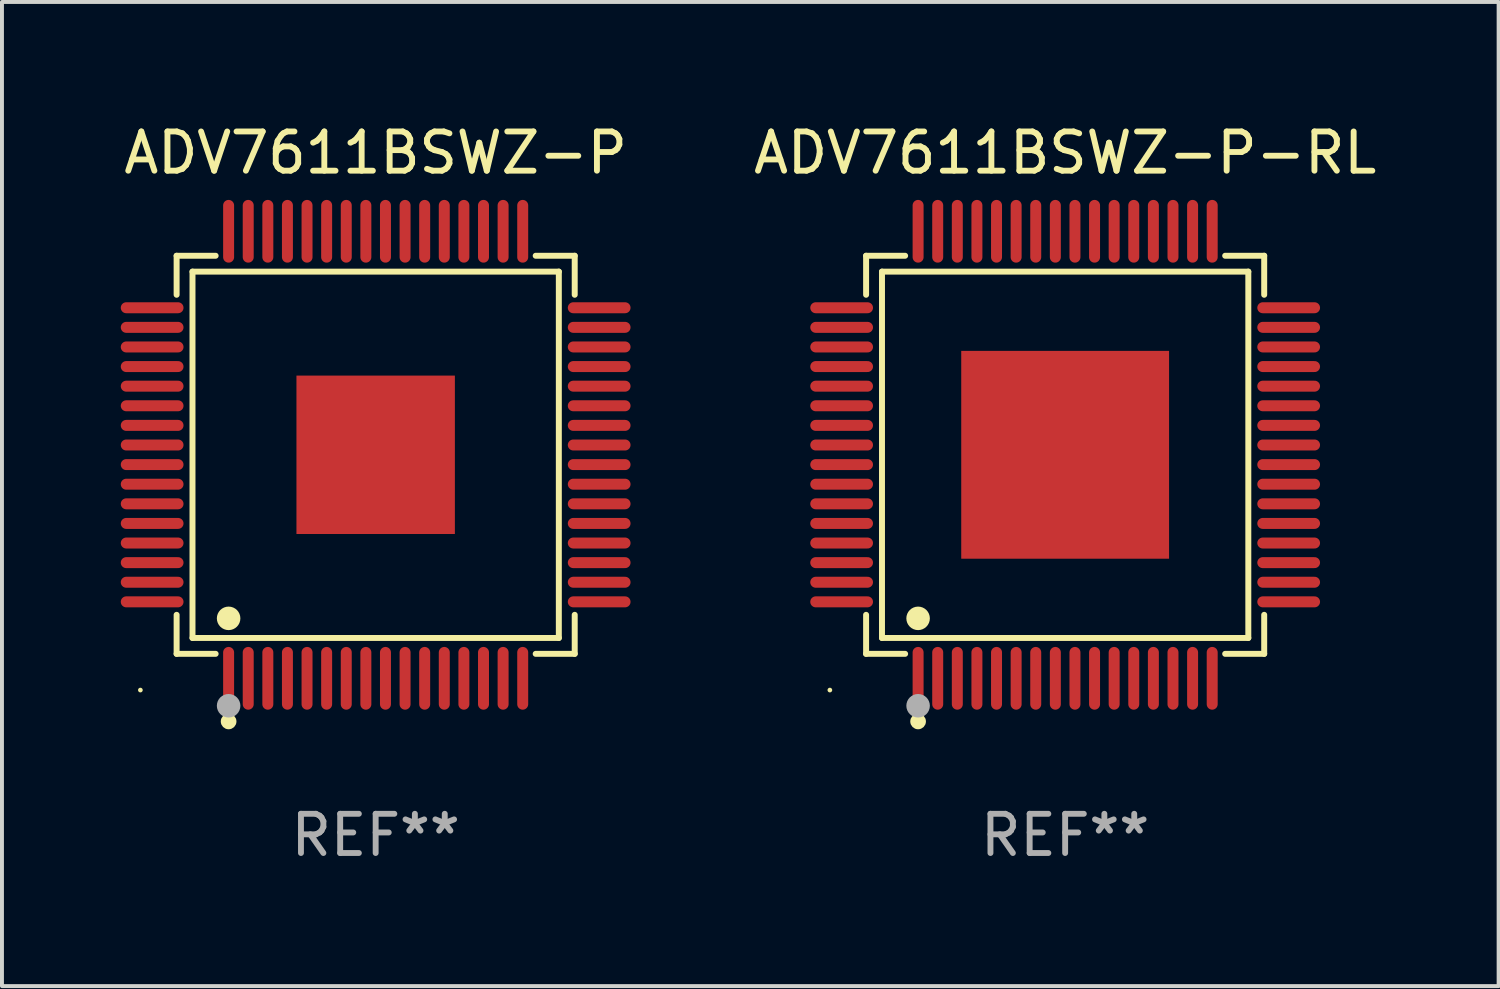
<source format=kicad_pcb>
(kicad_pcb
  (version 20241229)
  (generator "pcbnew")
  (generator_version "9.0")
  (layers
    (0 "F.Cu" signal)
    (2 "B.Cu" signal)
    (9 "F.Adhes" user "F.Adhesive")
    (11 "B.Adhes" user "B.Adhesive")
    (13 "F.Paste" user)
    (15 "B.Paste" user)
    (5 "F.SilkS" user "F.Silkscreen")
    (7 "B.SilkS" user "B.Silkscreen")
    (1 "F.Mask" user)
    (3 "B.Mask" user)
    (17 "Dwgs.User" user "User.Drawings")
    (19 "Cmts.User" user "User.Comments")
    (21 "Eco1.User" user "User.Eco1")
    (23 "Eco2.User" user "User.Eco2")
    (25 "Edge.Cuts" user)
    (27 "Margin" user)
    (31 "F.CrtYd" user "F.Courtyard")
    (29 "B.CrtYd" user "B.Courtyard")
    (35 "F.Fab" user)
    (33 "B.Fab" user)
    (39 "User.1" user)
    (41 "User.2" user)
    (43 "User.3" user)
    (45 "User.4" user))
  (footprint "ADV7611BSWZ-P"
    (layer "F.Cu")
    (at 6.53 8.548)
    (property "Reference" "ADV7611BSWZ-P" (at 0 -7.7 0) (layer "F.SilkS") (effects (font (size 1 1) (thickness 0.15))))
    (attr through_hole)
    (fp_line (start -5.076 -5.076) (end -4.081 -5.076) (stroke (width 0.152) (type solid)) (layer "F.SilkS"))
    (fp_line (start -5.076 -4.081) (end -5.076 -5.076) (stroke (width 0.152) (type solid)) (layer "F.SilkS"))
    (fp_line (start -5.076 4.081) (end -5.076 5.076) (stroke (width 0.152) (type solid)) (layer "F.SilkS"))
    (fp_line (start -5.076 5.076) (end -4.081 5.076) (stroke (width 0.152) (type solid)) (layer "F.SilkS"))
    (fp_line (start -4.671 -4.671) (end 4.671 -4.671) (stroke (width 0.152) (type solid)) (layer "F.SilkS"))
    (fp_line (start -4.671 4.671) (end -4.671 -4.671) (stroke (width 0.152) (type solid)) (layer "F.SilkS"))
    (fp_line (start 4.671 -4.671) (end 4.671 4.671) (stroke (width 0.152) (type solid)) (layer "F.SilkS"))
    (fp_line (start 4.671 4.671) (end -4.671 4.671) (stroke (width 0.152) (type solid)) (layer "F.SilkS"))
    (fp_line (start 5.076 -5.076) (end 4.081 -5.076) (stroke (width 0.152) (type solid)) (layer "F.SilkS"))
    (fp_line (start 5.076 -4.081) (end 5.076 -5.076) (stroke (width 0.152) (type solid)) (layer "F.SilkS"))
    (fp_line (start 5.076 4.081) (end 5.076 5.076) (stroke (width 0.152) (type solid)) (layer "F.SilkS"))
    (fp_line (start 5.076 5.076) (end 4.081 5.076) (stroke (width 0.152) (type solid)) (layer "F.SilkS"))
    (fp_circle (center -6 6) (end -5.97 6) (stroke (width 0.06) (type solid)) (fill no) (layer "F.SilkS"))
    (fp_circle (center -3.75 4.171) (end -3.6 4.171) (stroke (width 0.3) (type solid)) (fill no) (layer "F.SilkS"))
    (fp_circle (center -3.75 6.8) (end -3.65 6.8) (stroke (width 0.2) (type solid)) (fill no) (layer "F.SilkS"))
    (fp_circle (center -3.75 6.4) (end -3.6 6.4) (stroke (width 0.3) (type solid)) (fill no) (layer "F.Fab"))
    (fp_text user "REF**" (at 0 9.7 0) (layer "F.Fab") (effects (font (size 1 1) (thickness 0.15))))
    (pad "1" smd oval (at -3.75 5.7) (size 0.28 1.6) (layers "F.Cu" "F.Mask" "F.Paste"))
    (pad "2" smd oval (at -3.25 5.7) (size 0.28 1.6) (layers "F.Cu" "F.Mask" "F.Paste"))
    (pad "3" smd oval (at -2.75 5.7) (size 0.28 1.6) (layers "F.Cu" "F.Mask" "F.Paste"))
    (pad "4" smd oval (at -2.25 5.7) (size 0.28 1.6) (layers "F.Cu" "F.Mask" "F.Paste"))
    (pad "5" smd oval (at -1.75 5.7) (size 0.28 1.6) (layers "F.Cu" "F.Mask" "F.Paste"))
    (pad "6" smd oval (at -1.25 5.7) (size 0.28 1.6) (layers "F.Cu" "F.Mask" "F.Paste"))
    (pad "7" smd oval (at -0.75 5.7) (size 0.28 1.6) (layers "F.Cu" "F.Mask" "F.Paste"))
    (pad "8" smd oval (at -0.25 5.7) (size 0.28 1.6) (layers "F.Cu" "F.Mask" "F.Paste"))
    (pad "9" smd oval (at 0.25 5.7) (size 0.28 1.6) (layers "F.Cu" "F.Mask" "F.Paste"))
    (pad "10" smd oval (at 0.75 5.7) (size 0.28 1.6) (layers "F.Cu" "F.Mask" "F.Paste"))
    (pad "11" smd oval (at 1.25 5.7) (size 0.28 1.6) (layers "F.Cu" "F.Mask" "F.Paste"))
    (pad "12" smd oval (at 1.75 5.7) (size 0.28 1.6) (layers "F.Cu" "F.Mask" "F.Paste"))
    (pad "13" smd oval (at 2.25 5.7) (size 0.28 1.6) (layers "F.Cu" "F.Mask" "F.Paste"))
    (pad "14" smd oval (at 2.75 5.7) (size 0.28 1.6) (layers "F.Cu" "F.Mask" "F.Paste"))
    (pad "15" smd oval (at 3.25 5.7) (size 0.28 1.6) (layers "F.Cu" "F.Mask" "F.Paste"))
    (pad "16" smd oval (at 3.75 5.7) (size 0.28 1.6) (layers "F.Cu" "F.Mask" "F.Paste"))
    (pad "17" smd oval (at 5.7 3.75) (size 1.6 0.28) (layers "F.Cu" "F.Mask" "F.Paste"))
    (pad "18" smd oval (at 5.7 3.25) (size 1.6 0.28) (layers "F.Cu" "F.Mask" "F.Paste"))
    (pad "19" smd oval (at 5.7 2.75) (size 1.6 0.28) (layers "F.Cu" "F.Mask" "F.Paste"))
    (pad "20" smd oval (at 5.7 2.25) (size 1.6 0.28) (layers "F.Cu" "F.Mask" "F.Paste"))
    (pad "21" smd oval (at 5.7 1.75) (size 1.6 0.28) (layers "F.Cu" "F.Mask" "F.Paste"))
    (pad "22" smd oval (at 5.7 1.25) (size 1.6 0.28) (layers "F.Cu" "F.Mask" "F.Paste"))
    (pad "23" smd oval (at 5.7 0.75) (size 1.6 0.28) (layers "F.Cu" "F.Mask" "F.Paste"))
    (pad "24" smd oval (at 5.7 0.25) (size 1.6 0.28) (layers "F.Cu" "F.Mask" "F.Paste"))
    (pad "25" smd oval (at 5.7 -0.25) (size 1.6 0.28) (layers "F.Cu" "F.Mask" "F.Paste"))
    (pad "26" smd oval (at 5.7 -0.75) (size 1.6 0.28) (layers "F.Cu" "F.Mask" "F.Paste"))
    (pad "27" smd oval (at 5.7 -1.25) (size 1.6 0.28) (layers "F.Cu" "F.Mask" "F.Paste"))
    (pad "28" smd oval (at 5.7 -1.75) (size 1.6 0.28) (layers "F.Cu" "F.Mask" "F.Paste"))
    (pad "29" smd oval (at 5.7 -2.25) (size 1.6 0.28) (layers "F.Cu" "F.Mask" "F.Paste"))
    (pad "30" smd oval (at 5.7 -2.75) (size 1.6 0.28) (layers "F.Cu" "F.Mask" "F.Paste"))
    (pad "31" smd oval (at 5.7 -3.25) (size 1.6 0.28) (layers "F.Cu" "F.Mask" "F.Paste"))
    (pad "32" smd oval (at 5.7 -3.75) (size 1.6 0.28) (layers "F.Cu" "F.Mask" "F.Paste"))
    (pad "33" smd oval (at 3.75 -5.7) (size 0.28 1.6) (layers "F.Cu" "F.Mask" "F.Paste"))
    (pad "34" smd oval (at 3.25 -5.7) (size 0.28 1.6) (layers "F.Cu" "F.Mask" "F.Paste"))
    (pad "35" smd oval (at 2.75 -5.7) (size 0.28 1.6) (layers "F.Cu" "F.Mask" "F.Paste"))
    (pad "36" smd oval (at 2.25 -5.7) (size 0.28 1.6) (layers "F.Cu" "F.Mask" "F.Paste"))
    (pad "37" smd oval (at 1.75 -5.7) (size 0.28 1.6) (layers "F.Cu" "F.Mask" "F.Paste"))
    (pad "38" smd oval (at 1.25 -5.7) (size 0.28 1.6) (layers "F.Cu" "F.Mask" "F.Paste"))
    (pad "39" smd oval (at 0.75 -5.7) (size 0.28 1.6) (layers "F.Cu" "F.Mask" "F.Paste"))
    (pad "40" smd oval (at 0.25 -5.7) (size 0.28 1.6) (layers "F.Cu" "F.Mask" "F.Paste"))
    (pad "41" smd oval (at -0.25 -5.7) (size 0.28 1.6) (layers "F.Cu" "F.Mask" "F.Paste"))
    (pad "42" smd oval (at -0.75 -5.7) (size 0.28 1.6) (layers "F.Cu" "F.Mask" "F.Paste"))
    (pad "43" smd oval (at -1.25 -5.7) (size 0.28 1.6) (layers "F.Cu" "F.Mask" "F.Paste"))
    (pad "44" smd oval (at -1.75 -5.7) (size 0.28 1.6) (layers "F.Cu" "F.Mask" "F.Paste"))
    (pad "45" smd oval (at -2.25 -5.7) (size 0.28 1.6) (layers "F.Cu" "F.Mask" "F.Paste"))
    (pad "46" smd oval (at -2.75 -5.7) (size 0.28 1.6) (layers "F.Cu" "F.Mask" "F.Paste"))
    (pad "47" smd oval (at -3.25 -5.7) (size 0.28 1.6) (layers "F.Cu" "F.Mask" "F.Paste"))
    (pad "48" smd oval (at -3.75 -5.7) (size 0.28 1.6) (layers "F.Cu" "F.Mask" "F.Paste"))
    (pad "49" smd oval (at -5.7 -3.75) (size 1.6 0.28) (layers "F.Cu" "F.Mask" "F.Paste"))
    (pad "50" smd oval (at -5.7 -3.25) (size 1.6 0.28) (layers "F.Cu" "F.Mask" "F.Paste"))
    (pad "51" smd oval (at -5.7 -2.75) (size 1.6 0.28) (layers "F.Cu" "F.Mask" "F.Paste"))
    (pad "52" smd oval (at -5.7 -2.25) (size 1.6 0.28) (layers "F.Cu" "F.Mask" "F.Paste"))
    (pad "53" smd oval (at -5.7 -1.75) (size 1.6 0.28) (layers "F.Cu" "F.Mask" "F.Paste"))
    (pad "54" smd oval (at -5.7 -1.25) (size 1.6 0.28) (layers "F.Cu" "F.Mask" "F.Paste"))
    (pad "55" smd oval (at -5.7 -0.75) (size 1.6 0.28) (layers "F.Cu" "F.Mask" "F.Paste"))
    (pad "56" smd oval (at -5.7 -0.25) (size 1.6 0.28) (layers "F.Cu" "F.Mask" "F.Paste"))
    (pad "57" smd oval (at -5.7 0.25) (size 1.6 0.28) (layers "F.Cu" "F.Mask" "F.Paste"))
    (pad "58" smd oval (at -5.7 0.75) (size 1.6 0.28) (layers "F.Cu" "F.Mask" "F.Paste"))
    (pad "59" smd oval (at -5.7 1.25) (size 1.6 0.28) (layers "F.Cu" "F.Mask" "F.Paste"))
    (pad "60" smd oval (at -5.7 1.75) (size 1.6 0.28) (layers "F.Cu" "F.Mask" "F.Paste"))
    (pad "61" smd oval (at -5.7 2.25) (size 1.6 0.28) (layers "F.Cu" "F.Mask" "F.Paste"))
    (pad "62" smd oval (at -5.7 2.75) (size 1.6 0.28) (layers "F.Cu" "F.Mask" "F.Paste"))
    (pad "63" smd oval (at -5.7 3.25) (size 1.6 0.28) (layers "F.Cu" "F.Mask" "F.Paste"))
    (pad "64" smd oval (at -5.7 3.75) (size 1.6 0.28) (layers "F.Cu" "F.Mask" "F.Paste"))
    (pad "65" smd rect (at 0 0) (size 4.04 4.04) (layers "F.Cu" "F.Mask" "F.Paste")))
  (footprint "ADV7611BSWZ-P-RL"
    (layer "F.Cu")
    (at 24.113 8.548)
    (property "Reference" "ADV7611BSWZ-P-RL" (at 0 -7.7 0) (layer "F.SilkS") (effects (font (size 1 1) (thickness 0.15))))
    (attr through_hole)
    (fp_line (start -5.076 -5.076) (end -4.081 -5.076) (stroke (width 0.152) (type solid)) (layer "F.SilkS"))
    (fp_line (start -5.076 -4.081) (end -5.076 -5.076) (stroke (width 0.152) (type solid)) (layer "F.SilkS"))
    (fp_line (start -5.076 4.081) (end -5.076 5.076) (stroke (width 0.152) (type solid)) (layer "F.SilkS"))
    (fp_line (start -5.076 5.076) (end -4.081 5.076) (stroke (width 0.152) (type solid)) (layer "F.SilkS"))
    (fp_line (start -4.671 -4.671) (end 4.671 -4.671) (stroke (width 0.152) (type solid)) (layer "F.SilkS"))
    (fp_line (start -4.671 4.671) (end -4.671 -4.671) (stroke (width 0.152) (type solid)) (layer "F.SilkS"))
    (fp_line (start 4.671 -4.671) (end 4.671 4.671) (stroke (width 0.152) (type solid)) (layer "F.SilkS"))
    (fp_line (start 4.671 4.671) (end -4.671 4.671) (stroke (width 0.152) (type solid)) (layer "F.SilkS"))
    (fp_line (start 5.076 -5.076) (end 4.081 -5.076) (stroke (width 0.152) (type solid)) (layer "F.SilkS"))
    (fp_line (start 5.076 -4.081) (end 5.076 -5.076) (stroke (width 0.152) (type solid)) (layer "F.SilkS"))
    (fp_line (start 5.076 4.081) (end 5.076 5.076) (stroke (width 0.152) (type solid)) (layer "F.SilkS"))
    (fp_line (start 5.076 5.076) (end 4.081 5.076) (stroke (width 0.152) (type solid)) (layer "F.SilkS"))
    (fp_circle (center -6 6) (end -5.97 6) (stroke (width 0.06) (type solid)) (fill no) (layer "F.SilkS"))
    (fp_circle (center -3.75 4.171) (end -3.6 4.171) (stroke (width 0.3) (type solid)) (fill no) (layer "F.SilkS"))
    (fp_circle (center -3.75 6.8) (end -3.65 6.8) (stroke (width 0.2) (type solid)) (fill no) (layer "F.SilkS"))
    (fp_circle (center -3.75 6.4) (end -3.6 6.4) (stroke (width 0.3) (type solid)) (fill no) (layer "F.Fab"))
    (fp_text user "REF**" (at 0 9.7 0) (layer "F.Fab") (effects (font (size 1 1) (thickness 0.15))))
    (pad "1" smd oval (at -3.75 5.7) (size 0.28 1.6) (layers "F.Cu" "F.Mask" "F.Paste"))
    (pad "2" smd oval (at -3.25 5.7) (size 0.28 1.6) (layers "F.Cu" "F.Mask" "F.Paste"))
    (pad "3" smd oval (at -2.75 5.7) (size 0.28 1.6) (layers "F.Cu" "F.Mask" "F.Paste"))
    (pad "4" smd oval (at -2.25 5.7) (size 0.28 1.6) (layers "F.Cu" "F.Mask" "F.Paste"))
    (pad "5" smd oval (at -1.75 5.7) (size 0.28 1.6) (layers "F.Cu" "F.Mask" "F.Paste"))
    (pad "6" smd oval (at -1.25 5.7) (size 0.28 1.6) (layers "F.Cu" "F.Mask" "F.Paste"))
    (pad "7" smd oval (at -0.75 5.7) (size 0.28 1.6) (layers "F.Cu" "F.Mask" "F.Paste"))
    (pad "8" smd oval (at -0.25 5.7) (size 0.28 1.6) (layers "F.Cu" "F.Mask" "F.Paste"))
    (pad "9" smd oval (at 0.25 5.7) (size 0.28 1.6) (layers "F.Cu" "F.Mask" "F.Paste"))
    (pad "10" smd oval (at 0.75 5.7) (size 0.28 1.6) (layers "F.Cu" "F.Mask" "F.Paste"))
    (pad "11" smd oval (at 1.25 5.7) (size 0.28 1.6) (layers "F.Cu" "F.Mask" "F.Paste"))
    (pad "12" smd oval (at 1.75 5.7) (size 0.28 1.6) (layers "F.Cu" "F.Mask" "F.Paste"))
    (pad "13" smd oval (at 2.25 5.7) (size 0.28 1.6) (layers "F.Cu" "F.Mask" "F.Paste"))
    (pad "14" smd oval (at 2.75 5.7) (size 0.28 1.6) (layers "F.Cu" "F.Mask" "F.Paste"))
    (pad "15" smd oval (at 3.25 5.7) (size 0.28 1.6) (layers "F.Cu" "F.Mask" "F.Paste"))
    (pad "16" smd oval (at 3.75 5.7) (size 0.28 1.6) (layers "F.Cu" "F.Mask" "F.Paste"))
    (pad "17" smd oval (at 5.7 3.75) (size 1.6 0.28) (layers "F.Cu" "F.Mask" "F.Paste"))
    (pad "18" smd oval (at 5.7 3.25) (size 1.6 0.28) (layers "F.Cu" "F.Mask" "F.Paste"))
    (pad "19" smd oval (at 5.7 2.75) (size 1.6 0.28) (layers "F.Cu" "F.Mask" "F.Paste"))
    (pad "20" smd oval (at 5.7 2.25) (size 1.6 0.28) (layers "F.Cu" "F.Mask" "F.Paste"))
    (pad "21" smd oval (at 5.7 1.75) (size 1.6 0.28) (layers "F.Cu" "F.Mask" "F.Paste"))
    (pad "22" smd oval (at 5.7 1.25) (size 1.6 0.28) (layers "F.Cu" "F.Mask" "F.Paste"))
    (pad "23" smd oval (at 5.7 0.75) (size 1.6 0.28) (layers "F.Cu" "F.Mask" "F.Paste"))
    (pad "24" smd oval (at 5.7 0.25) (size 1.6 0.28) (layers "F.Cu" "F.Mask" "F.Paste"))
    (pad "25" smd oval (at 5.7 -0.25) (size 1.6 0.28) (layers "F.Cu" "F.Mask" "F.Paste"))
    (pad "26" smd oval (at 5.7 -0.75) (size 1.6 0.28) (layers "F.Cu" "F.Mask" "F.Paste"))
    (pad "27" smd oval (at 5.7 -1.25) (size 1.6 0.28) (layers "F.Cu" "F.Mask" "F.Paste"))
    (pad "28" smd oval (at 5.7 -1.75) (size 1.6 0.28) (layers "F.Cu" "F.Mask" "F.Paste"))
    (pad "29" smd oval (at 5.7 -2.25) (size 1.6 0.28) (layers "F.Cu" "F.Mask" "F.Paste"))
    (pad "30" smd oval (at 5.7 -2.75) (size 1.6 0.28) (layers "F.Cu" "F.Mask" "F.Paste"))
    (pad "31" smd oval (at 5.7 -3.25) (size 1.6 0.28) (layers "F.Cu" "F.Mask" "F.Paste"))
    (pad "32" smd oval (at 5.7 -3.75) (size 1.6 0.28) (layers "F.Cu" "F.Mask" "F.Paste"))
    (pad "33" smd oval (at 3.75 -5.7) (size 0.28 1.6) (layers "F.Cu" "F.Mask" "F.Paste"))
    (pad "34" smd oval (at 3.25 -5.7) (size 0.28 1.6) (layers "F.Cu" "F.Mask" "F.Paste"))
    (pad "35" smd oval (at 2.75 -5.7) (size 0.28 1.6) (layers "F.Cu" "F.Mask" "F.Paste"))
    (pad "36" smd oval (at 2.25 -5.7) (size 0.28 1.6) (layers "F.Cu" "F.Mask" "F.Paste"))
    (pad "37" smd oval (at 1.75 -5.7) (size 0.28 1.6) (layers "F.Cu" "F.Mask" "F.Paste"))
    (pad "38" smd oval (at 1.25 -5.7) (size 0.28 1.6) (layers "F.Cu" "F.Mask" "F.Paste"))
    (pad "39" smd oval (at 0.75 -5.7) (size 0.28 1.6) (layers "F.Cu" "F.Mask" "F.Paste"))
    (pad "40" smd oval (at 0.25 -5.7) (size 0.28 1.6) (layers "F.Cu" "F.Mask" "F.Paste"))
    (pad "41" smd oval (at -0.25 -5.7) (size 0.28 1.6) (layers "F.Cu" "F.Mask" "F.Paste"))
    (pad "42" smd oval (at -0.75 -5.7) (size 0.28 1.6) (layers "F.Cu" "F.Mask" "F.Paste"))
    (pad "43" smd oval (at -1.25 -5.7) (size 0.28 1.6) (layers "F.Cu" "F.Mask" "F.Paste"))
    (pad "44" smd oval (at -1.75 -5.7) (size 0.28 1.6) (layers "F.Cu" "F.Mask" "F.Paste"))
    (pad "45" smd oval (at -2.25 -5.7) (size 0.28 1.6) (layers "F.Cu" "F.Mask" "F.Paste"))
    (pad "46" smd oval (at -2.75 -5.7) (size 0.28 1.6) (layers "F.Cu" "F.Mask" "F.Paste"))
    (pad "47" smd oval (at -3.25 -5.7) (size 0.28 1.6) (layers "F.Cu" "F.Mask" "F.Paste"))
    (pad "48" smd oval (at -3.75 -5.7) (size 0.28 1.6) (layers "F.Cu" "F.Mask" "F.Paste"))
    (pad "49" smd oval (at -5.7 -3.75) (size 1.6 0.28) (layers "F.Cu" "F.Mask" "F.Paste"))
    (pad "50" smd oval (at -5.7 -3.25) (size 1.6 0.28) (layers "F.Cu" "F.Mask" "F.Paste"))
    (pad "51" smd oval (at -5.7 -2.75) (size 1.6 0.28) (layers "F.Cu" "F.Mask" "F.Paste"))
    (pad "52" smd oval (at -5.7 -2.25) (size 1.6 0.28) (layers "F.Cu" "F.Mask" "F.Paste"))
    (pad "53" smd oval (at -5.7 -1.75) (size 1.6 0.28) (layers "F.Cu" "F.Mask" "F.Paste"))
    (pad "54" smd oval (at -5.7 -1.25) (size 1.6 0.28) (layers "F.Cu" "F.Mask" "F.Paste"))
    (pad "55" smd oval (at -5.7 -0.75) (size 1.6 0.28) (layers "F.Cu" "F.Mask" "F.Paste"))
    (pad "56" smd oval (at -5.7 -0.25) (size 1.6 0.28) (layers "F.Cu" "F.Mask" "F.Paste"))
    (pad "57" smd oval (at -5.7 0.25) (size 1.6 0.28) (layers "F.Cu" "F.Mask" "F.Paste"))
    (pad "58" smd oval (at -5.7 0.75) (size 1.6 0.28) (layers "F.Cu" "F.Mask" "F.Paste"))
    (pad "59" smd oval (at -5.7 1.25) (size 1.6 0.28) (layers "F.Cu" "F.Mask" "F.Paste"))
    (pad "60" smd oval (at -5.7 1.75) (size 1.6 0.28) (layers "F.Cu" "F.Mask" "F.Paste"))
    (pad "61" smd oval (at -5.7 2.25) (size 1.6 0.28) (layers "F.Cu" "F.Mask" "F.Paste"))
    (pad "62" smd oval (at -5.7 2.75) (size 1.6 0.28) (layers "F.Cu" "F.Mask" "F.Paste"))
    (pad "63" smd oval (at -5.7 3.25) (size 1.6 0.28) (layers "F.Cu" "F.Mask" "F.Paste"))
    (pad "64" smd oval (at -5.7 3.75) (size 1.6 0.28) (layers "F.Cu" "F.Mask" "F.Paste"))
    (pad "65" smd rect (at 0 0) (size 5.3 5.3) (layers "F.Cu" "F.Mask" "F.Paste")))
  (gr_rect
    (start -3 -3)
    (end 35.167 22.097)
    (stroke (width 0.1) (type default))
    (fill no)
    (layer "Edge.Cuts")))
</source>
